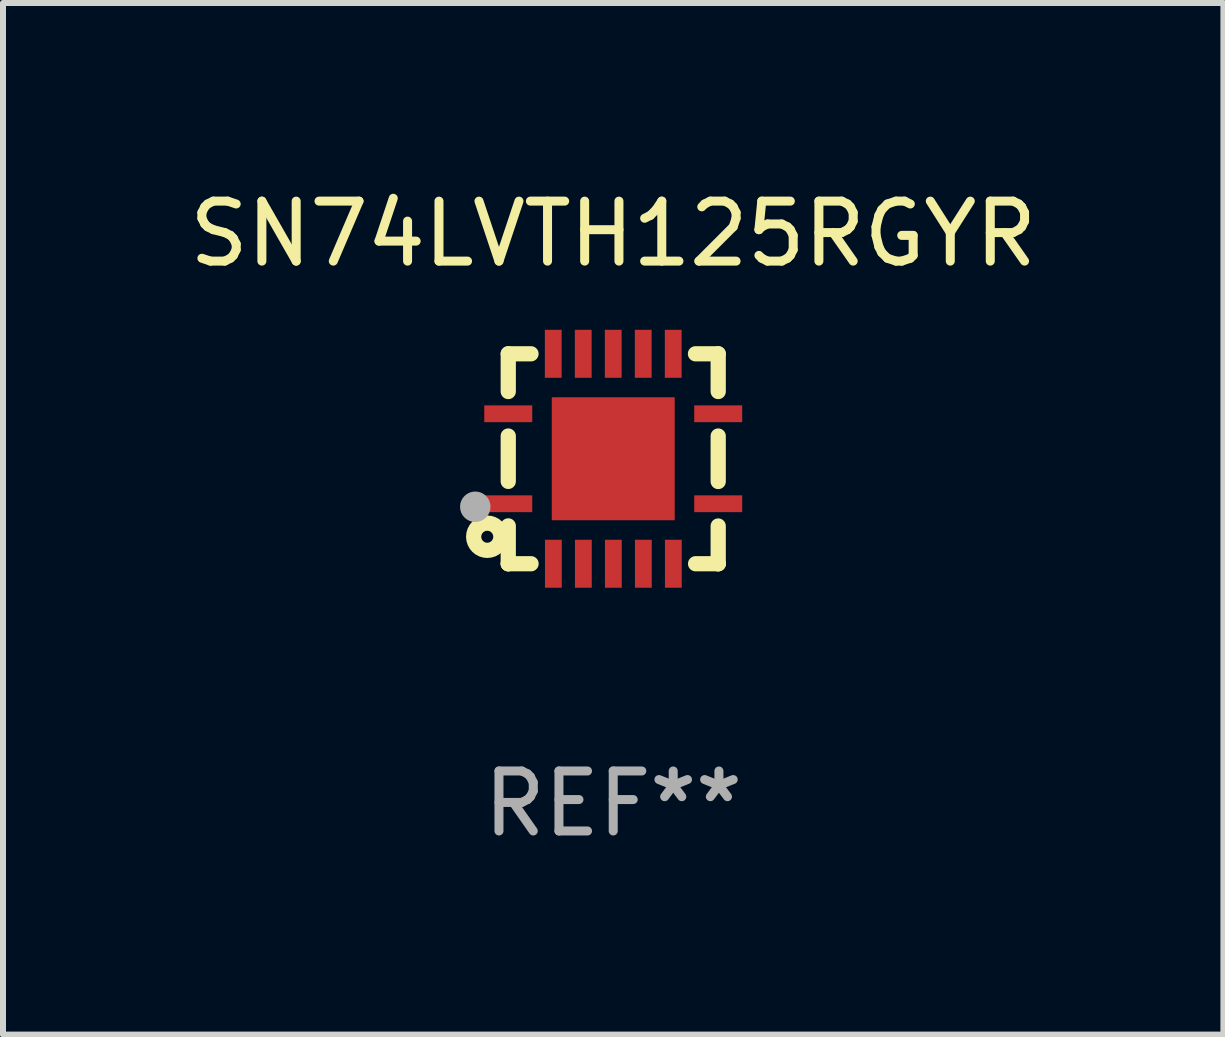
<source format=kicad_pcb>
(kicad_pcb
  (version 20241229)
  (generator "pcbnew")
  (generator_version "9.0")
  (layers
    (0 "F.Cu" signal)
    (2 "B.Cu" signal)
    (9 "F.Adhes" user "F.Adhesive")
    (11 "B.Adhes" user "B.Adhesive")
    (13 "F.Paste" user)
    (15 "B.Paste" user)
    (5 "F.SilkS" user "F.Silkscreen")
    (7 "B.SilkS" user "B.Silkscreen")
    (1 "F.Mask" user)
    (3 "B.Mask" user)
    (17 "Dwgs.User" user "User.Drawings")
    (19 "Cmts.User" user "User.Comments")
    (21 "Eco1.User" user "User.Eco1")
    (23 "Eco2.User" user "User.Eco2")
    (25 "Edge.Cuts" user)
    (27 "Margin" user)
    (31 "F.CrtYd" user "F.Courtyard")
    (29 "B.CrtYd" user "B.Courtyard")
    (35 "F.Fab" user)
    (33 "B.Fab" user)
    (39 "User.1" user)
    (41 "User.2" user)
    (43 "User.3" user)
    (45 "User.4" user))
  (footprint "SN74LVTH125RGYR"
    (layer "F.Cu")
    (at 7.173 4.598)
    (property "Reference" "SN74LVTH125RGYR" (at 0 -3.75 0) (layer "F.SilkS") (effects (font (size 1 1) (thickness 0.15))))
    (attr through_hole)
    (fp_line (start -1.75 1.75) (end -1.37 1.75) (stroke (width 0.254) (type solid)) (layer "F.SilkS"))
    (fp_line (start -1.75 -1.75) (end -1.75 -1.121) (stroke (width 0.254) (type solid)) (layer "F.SilkS"))
    (fp_line (start -1.75 -0.379) (end -1.75 0.377) (stroke (width 0.254) (type solid)) (layer "F.SilkS"))
    (fp_line (start -1.75 1.119) (end -1.75 1.75) (stroke (width 0.254) (type solid)) (layer "F.SilkS"))
    (fp_line (start -1.75 1.75) (end -1.75 1.75) (stroke (width 0.254) (type solid)) (layer "F.SilkS"))
    (fp_line (start -1.371 -1.75) (end -1.75 -1.75) (stroke (width 0.254) (type solid)) (layer "F.SilkS"))
    (fp_line (start 1.373 1.75) (end 1.75 1.75) (stroke (width 0.254) (type solid)) (layer "F.SilkS"))
    (fp_line (start 1.75 1.75) (end 1.75 1.75) (stroke (width 0.254) (type solid)) (layer "F.SilkS"))
    (fp_line (start 1.75 -1.75) (end 1.371 -1.75) (stroke (width 0.254) (type solid)) (layer "F.SilkS"))
    (fp_line (start 1.75 -1.121) (end 1.75 -1.75) (stroke (width 0.254) (type solid)) (layer "F.SilkS"))
    (fp_line (start 1.75 0.379) (end 1.75 -0.379) (stroke (width 0.254) (type solid)) (layer "F.SilkS"))
    (fp_line (start 1.75 1.75) (end 1.75 1.121) (stroke (width 0.254) (type solid)) (layer "F.SilkS"))
    (fp_circle (center -2.1 1.3) (end -2 1.3) (stroke (width 0.254) (type solid)) (fill no) (layer "F.SilkS"))
    (fp_circle (center -1.747 1.751) (end -1.717 1.751) (stroke (width 0.06) (type solid)) (fill no) (layer "F.SilkS"))
    (fp_circle (center -2.3 0.8) (end -2.173 0.8) (stroke (width 0.254) (type solid)) (fill no) (layer "F.Fab"))
    (fp_text user "REF**" (at 0 5.75 0) (layer "F.Fab") (effects (font (size 1 1) (thickness 0.15))))
    (pad "1" smd rect (at -1.75 0.75 270) (size 0.28 0.8) (layers "F.Cu" "F.Mask" "F.Paste"))
    (pad "2" smd rect (at -0.998 1.75 180) (size 0.28 0.8) (layers "F.Cu" "F.Mask" "F.Paste"))
    (pad "3" smd rect (at -0.498 1.75 180) (size 0.28 0.8) (layers "F.Cu" "F.Mask" "F.Paste"))
    (pad "4" smd rect (at 0.002 1.75 180) (size 0.28 0.8) (layers "F.Cu" "F.Mask" "F.Paste"))
    (pad "5" smd rect (at 0.502 1.75 180) (size 0.28 0.8) (layers "F.Cu" "F.Mask" "F.Paste"))
    (pad "6" smd rect (at 1.002 1.75 180) (size 0.28 0.8) (layers "F.Cu" "F.Mask" "F.Paste"))
    (pad "7" smd rect (at 1.75 0.75 270) (size 0.28 0.8) (layers "F.Cu" "F.Mask" "F.Paste"))
    (pad "8" smd rect (at 1.75 -0.75 270) (size 0.28 0.8) (layers "F.Cu" "F.Mask" "F.Paste"))
    (pad "9" smd rect (at 1 -1.75) (size 0.28 0.8) (layers "F.Cu" "F.Mask" "F.Paste"))
    (pad "10" smd rect (at 0.5 -1.75) (size 0.28 0.8) (layers "F.Cu" "F.Mask" "F.Paste"))
    (pad "11" smd rect (at 0 -1.75) (size 0.28 0.8) (layers "F.Cu" "F.Mask" "F.Paste"))
    (pad "12" smd rect (at -0.5 -1.75) (size 0.28 0.8) (layers "F.Cu" "F.Mask" "F.Paste"))
    (pad "13" smd rect (at -1 -1.75) (size 0.28 0.8) (layers "F.Cu" "F.Mask" "F.Paste"))
    (pad "14" smd rect (at -1.75 -0.75 90) (size 0.28 0.8) (layers "F.Cu" "F.Mask" "F.Paste"))
    (pad "15" smd rect (at 0 0 180) (size 2.05 2.05) (layers "F.Cu" "F.Mask" "F.Paste")))
  (gr_rect
    (start -3 -3)
    (end 17.345 14.197)
    (stroke (width 0.1) (type default))
    (fill no)
    (layer "Edge.Cuts")))
</source>
